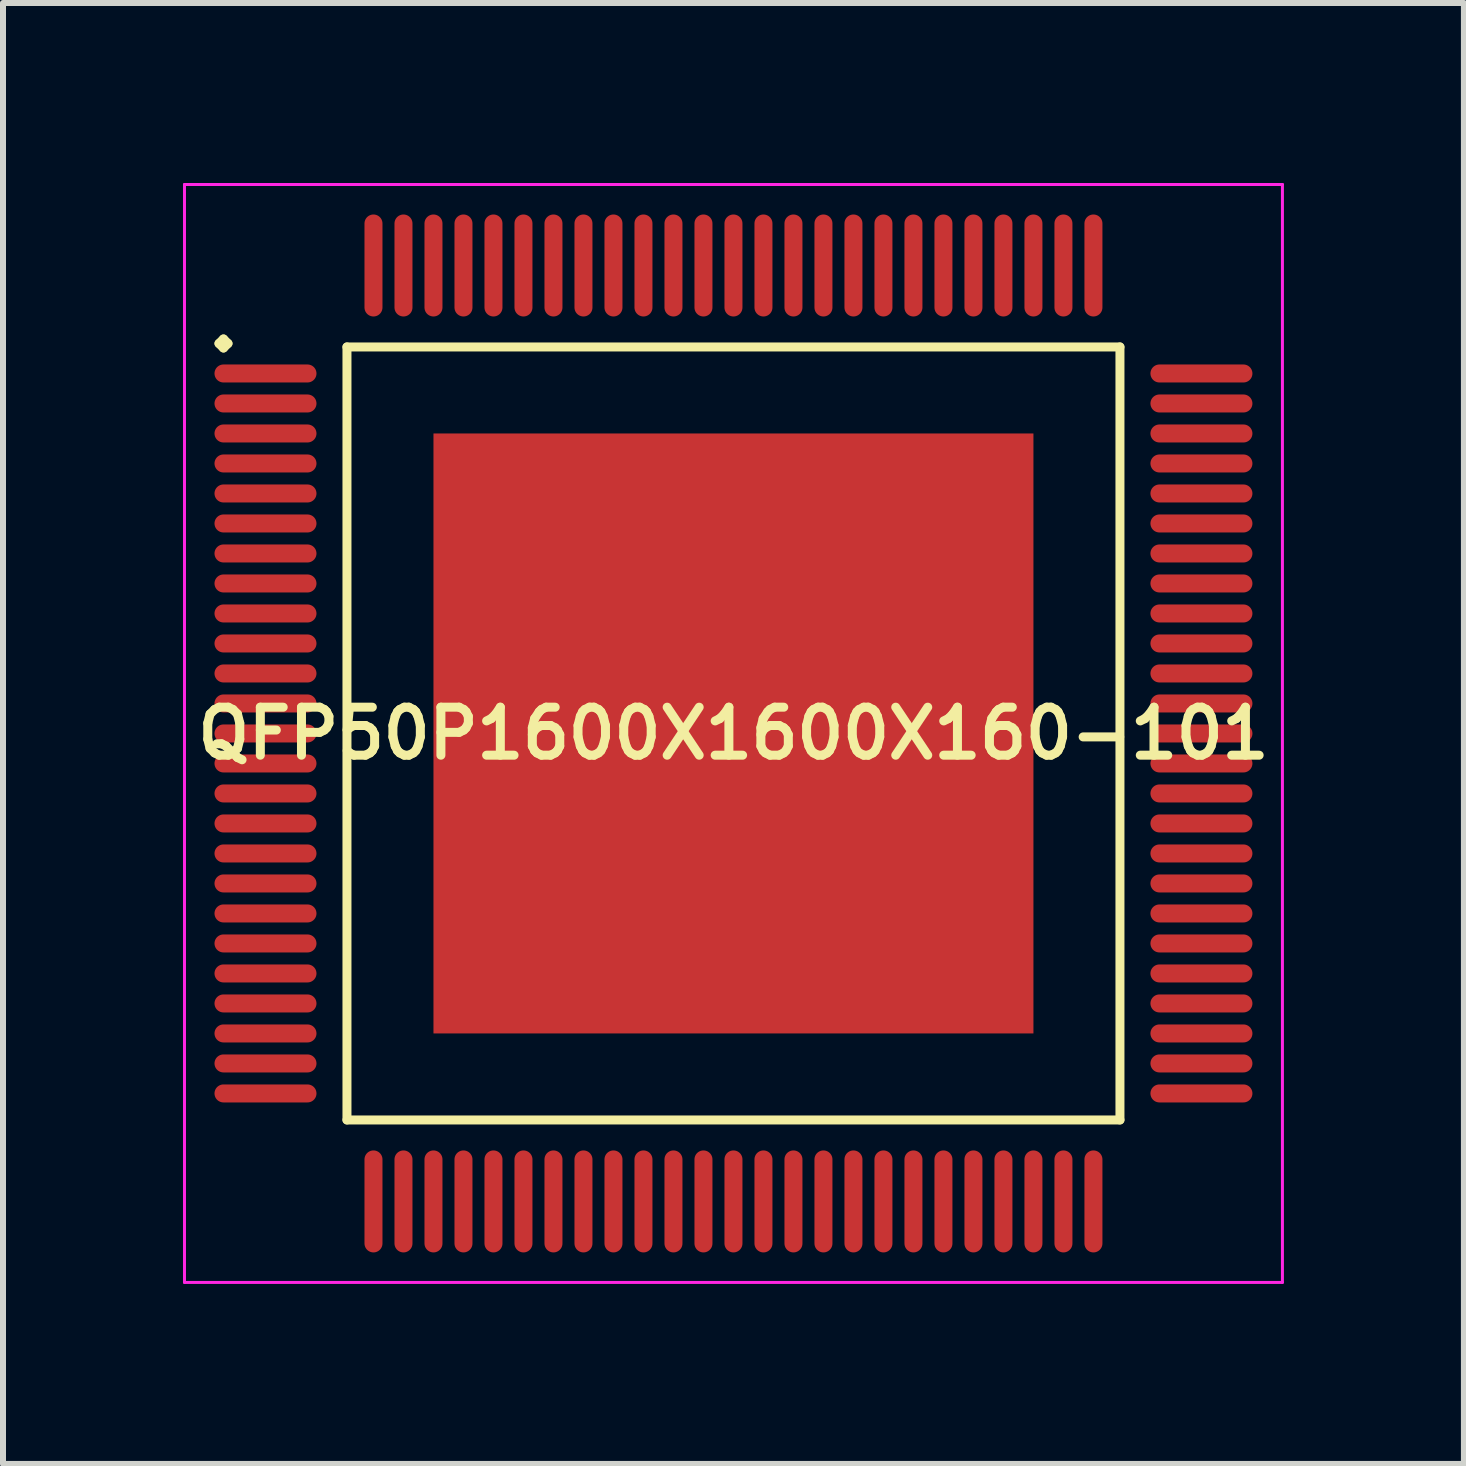
<source format=kicad_pcb>
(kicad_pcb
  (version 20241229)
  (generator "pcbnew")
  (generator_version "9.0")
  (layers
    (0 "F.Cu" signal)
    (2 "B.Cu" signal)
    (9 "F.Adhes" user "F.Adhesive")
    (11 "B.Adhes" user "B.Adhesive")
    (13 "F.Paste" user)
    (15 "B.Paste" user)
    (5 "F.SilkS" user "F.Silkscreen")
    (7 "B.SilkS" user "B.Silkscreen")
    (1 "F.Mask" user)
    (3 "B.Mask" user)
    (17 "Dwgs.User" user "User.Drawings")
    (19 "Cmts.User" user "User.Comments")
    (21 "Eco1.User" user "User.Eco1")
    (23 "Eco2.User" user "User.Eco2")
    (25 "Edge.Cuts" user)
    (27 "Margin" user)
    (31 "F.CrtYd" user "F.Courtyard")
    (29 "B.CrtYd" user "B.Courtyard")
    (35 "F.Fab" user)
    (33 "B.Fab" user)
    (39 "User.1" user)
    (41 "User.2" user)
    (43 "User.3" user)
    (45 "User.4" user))
  (footprint "QFP50P1600X1600X160-101"
    (layer "F.Cu")
    (at 9.175 9.175)
    (property "Reference" "QFP50P1600X1600X160-101" (at 0 0 0) (layer "F.SilkS") (effects (font (size 0.8 0.8) (thickness 0.15))))
    (attr smd)
    (fp_line (start -8.575 -6.5) (end -8.5 -6.575) (stroke (width 0.15) (type solid)) (layer "F.SilkS"))
    (fp_line (start -8.5 -6.575) (end -8.425 -6.5) (stroke (width 0.15) (type solid)) (layer "F.SilkS"))
    (fp_line (start -8.5 -6.425) (end -8.575 -6.5) (stroke (width 0.15) (type solid)) (layer "F.SilkS"))
    (fp_line (start -8.425 -6.5) (end -8.5 -6.425) (stroke (width 0.15) (type solid)) (layer "F.SilkS"))
    (fp_line (start -6.442 -6.442) (end -6.442 6.442) (stroke (width 0.15) (type solid)) (layer "F.SilkS"))
    (fp_line (start -6.442 6.442) (end 6.442 6.442) (stroke (width 0.15) (type solid)) (layer "F.SilkS"))
    (fp_line (start 6.442 -6.442) (end -6.442 -6.442) (stroke (width 0.15) (type solid)) (layer "F.SilkS"))
    (fp_line (start 6.442 6.442) (end 6.442 -6.442) (stroke (width 0.15) (type solid)) (layer "F.SilkS"))
    (fp_line (start -9.15 -9.15) (end 9.15 -9.15) (stroke (width 0.05) (type solid)) (layer "F.CrtYd"))
    (fp_line (start -9.15 9.15) (end -9.15 -9.15) (stroke (width 0.05) (type solid)) (layer "F.CrtYd"))
    (fp_line (start 9.15 -9.15) (end 9.15 9.15) (stroke (width 0.05) (type solid)) (layer "F.CrtYd"))
    (fp_line (start 9.15 9.15) (end -9.15 9.15) (stroke (width 0.05) (type solid)) (layer "F.CrtYd"))
    (pad "1" smd oval (at -7.8 -6) (size 1.7 0.3) (layers "F.Cu" "F.Mask" "F.Paste"))
    (pad "2" smd oval (at -7.8 -5.5) (size 1.7 0.3) (layers "F.Cu" "F.Mask" "F.Paste"))
    (pad "3" smd oval (at -7.8 -5) (size 1.7 0.3) (layers "F.Cu" "F.Mask" "F.Paste"))
    (pad "4" smd oval (at -7.8 -4.5) (size 1.7 0.3) (layers "F.Cu" "F.Mask" "F.Paste"))
    (pad "5" smd oval (at -7.8 -4) (size 1.7 0.3) (layers "F.Cu" "F.Mask" "F.Paste"))
    (pad "6" smd oval (at -7.8 -3.5) (size 1.7 0.3) (layers "F.Cu" "F.Mask" "F.Paste"))
    (pad "7" smd oval (at -7.8 -3) (size 1.7 0.3) (layers "F.Cu" "F.Mask" "F.Paste"))
    (pad "8" smd oval (at -7.8 -2.5) (size 1.7 0.3) (layers "F.Cu" "F.Mask" "F.Paste"))
    (pad "9" smd oval (at -7.8 -2) (size 1.7 0.3) (layers "F.Cu" "F.Mask" "F.Paste"))
    (pad "10" smd oval (at -7.8 -1.5) (size 1.7 0.3) (layers "F.Cu" "F.Mask" "F.Paste"))
    (pad "11" smd oval (at -7.8 -1) (size 1.7 0.3) (layers "F.Cu" "F.Mask" "F.Paste"))
    (pad "12" smd oval (at -7.8 -0.5) (size 1.7 0.3) (layers "F.Cu" "F.Mask" "F.Paste"))
    (pad "13" smd oval (at -7.8 0) (size 1.7 0.3) (layers "F.Cu" "F.Mask" "F.Paste"))
    (pad "14" smd oval (at -7.8 0.5) (size 1.7 0.3) (layers "F.Cu" "F.Mask" "F.Paste"))
    (pad "15" smd oval (at -7.8 1) (size 1.7 0.3) (layers "F.Cu" "F.Mask" "F.Paste"))
    (pad "16" smd oval (at -7.8 1.5) (size 1.7 0.3) (layers "F.Cu" "F.Mask" "F.Paste"))
    (pad "17" smd oval (at -7.8 2) (size 1.7 0.3) (layers "F.Cu" "F.Mask" "F.Paste"))
    (pad "18" smd oval (at -7.8 2.5) (size 1.7 0.3) (layers "F.Cu" "F.Mask" "F.Paste"))
    (pad "19" smd oval (at -7.8 3) (size 1.7 0.3) (layers "F.Cu" "F.Mask" "F.Paste"))
    (pad "20" smd oval (at -7.8 3.5) (size 1.7 0.3) (layers "F.Cu" "F.Mask" "F.Paste"))
    (pad "21" smd oval (at -7.8 4) (size 1.7 0.3) (layers "F.Cu" "F.Mask" "F.Paste"))
    (pad "22" smd oval (at -7.8 4.5) (size 1.7 0.3) (layers "F.Cu" "F.Mask" "F.Paste"))
    (pad "23" smd oval (at -7.8 5) (size 1.7 0.3) (layers "F.Cu" "F.Mask" "F.Paste"))
    (pad "24" smd oval (at -7.8 5.5) (size 1.7 0.3) (layers "F.Cu" "F.Mask" "F.Paste"))
    (pad "25" smd oval (at -7.8 6) (size 1.7 0.3) (layers "F.Cu" "F.Mask" "F.Paste"))
    (pad "26" smd oval (at -6 7.8) (size 0.3 1.7) (layers "F.Cu" "F.Mask" "F.Paste"))
    (pad "27" smd oval (at -5.5 7.8) (size 0.3 1.7) (layers "F.Cu" "F.Mask" "F.Paste"))
    (pad "28" smd oval (at -5 7.8) (size 0.3 1.7) (layers "F.Cu" "F.Mask" "F.Paste"))
    (pad "29" smd oval (at -4.5 7.8) (size 0.3 1.7) (layers "F.Cu" "F.Mask" "F.Paste"))
    (pad "30" smd oval (at -4 7.8) (size 0.3 1.7) (layers "F.Cu" "F.Mask" "F.Paste"))
    (pad "31" smd oval (at -3.5 7.8) (size 0.3 1.7) (layers "F.Cu" "F.Mask" "F.Paste"))
    (pad "32" smd oval (at -3 7.8) (size 0.3 1.7) (layers "F.Cu" "F.Mask" "F.Paste"))
    (pad "33" smd oval (at -2.5 7.8) (size 0.3 1.7) (layers "F.Cu" "F.Mask" "F.Paste"))
    (pad "34" smd oval (at -2 7.8) (size 0.3 1.7) (layers "F.Cu" "F.Mask" "F.Paste"))
    (pad "35" smd oval (at -1.5 7.8) (size 0.3 1.7) (layers "F.Cu" "F.Mask" "F.Paste"))
    (pad "36" smd oval (at -1 7.8) (size 0.3 1.7) (layers "F.Cu" "F.Mask" "F.Paste"))
    (pad "37" smd oval (at -0.5 7.8) (size 0.3 1.7) (layers "F.Cu" "F.Mask" "F.Paste"))
    (pad "38" smd oval (at 0 7.8) (size 0.3 1.7) (layers "F.Cu" "F.Mask" "F.Paste"))
    (pad "39" smd oval (at 0.5 7.8) (size 0.3 1.7) (layers "F.Cu" "F.Mask" "F.Paste"))
    (pad "40" smd oval (at 1 7.8) (size 0.3 1.7) (layers "F.Cu" "F.Mask" "F.Paste"))
    (pad "41" smd oval (at 1.5 7.8) (size 0.3 1.7) (layers "F.Cu" "F.Mask" "F.Paste"))
    (pad "42" smd oval (at 2 7.8) (size 0.3 1.7) (layers "F.Cu" "F.Mask" "F.Paste"))
    (pad "43" smd oval (at 2.5 7.8) (size 0.3 1.7) (layers "F.Cu" "F.Mask" "F.Paste"))
    (pad "44" smd oval (at 3 7.8) (size 0.3 1.7) (layers "F.Cu" "F.Mask" "F.Paste"))
    (pad "45" smd oval (at 3.5 7.8) (size 0.3 1.7) (layers "F.Cu" "F.Mask" "F.Paste"))
    (pad "46" smd oval (at 4 7.8) (size 0.3 1.7) (layers "F.Cu" "F.Mask" "F.Paste"))
    (pad "47" smd oval (at 4.5 7.8) (size 0.3 1.7) (layers "F.Cu" "F.Mask" "F.Paste"))
    (pad "48" smd oval (at 5 7.8) (size 0.3 1.7) (layers "F.Cu" "F.Mask" "F.Paste"))
    (pad "49" smd oval (at 5.5 7.8) (size 0.3 1.7) (layers "F.Cu" "F.Mask" "F.Paste"))
    (pad "50" smd oval (at 6 7.8) (size 0.3 1.7) (layers "F.Cu" "F.Mask" "F.Paste"))
    (pad "51" smd oval (at 7.8 6) (size 1.7 0.3) (layers "F.Cu" "F.Mask" "F.Paste"))
    (pad "52" smd oval (at 7.8 5.5) (size 1.7 0.3) (layers "F.Cu" "F.Mask" "F.Paste"))
    (pad "53" smd oval (at 7.8 5) (size 1.7 0.3) (layers "F.Cu" "F.Mask" "F.Paste"))
    (pad "54" smd oval (at 7.8 4.5) (size 1.7 0.3) (layers "F.Cu" "F.Mask" "F.Paste"))
    (pad "55" smd oval (at 7.8 4) (size 1.7 0.3) (layers "F.Cu" "F.Mask" "F.Paste"))
    (pad "56" smd oval (at 7.8 3.5) (size 1.7 0.3) (layers "F.Cu" "F.Mask" "F.Paste"))
    (pad "57" smd oval (at 7.8 3) (size 1.7 0.3) (layers "F.Cu" "F.Mask" "F.Paste"))
    (pad "58" smd oval (at 7.8 2.5) (size 1.7 0.3) (layers "F.Cu" "F.Mask" "F.Paste"))
    (pad "59" smd oval (at 7.8 2) (size 1.7 0.3) (layers "F.Cu" "F.Mask" "F.Paste"))
    (pad "60" smd oval (at 7.8 1.5) (size 1.7 0.3) (layers "F.Cu" "F.Mask" "F.Paste"))
    (pad "61" smd oval (at 7.8 1) (size 1.7 0.3) (layers "F.Cu" "F.Mask" "F.Paste"))
    (pad "62" smd oval (at 7.8 0.5) (size 1.7 0.3) (layers "F.Cu" "F.Mask" "F.Paste"))
    (pad "63" smd oval (at 7.8 0) (size 1.7 0.3) (layers "F.Cu" "F.Mask" "F.Paste"))
    (pad "64" smd oval (at 7.8 -0.5) (size 1.7 0.3) (layers "F.Cu" "F.Mask" "F.Paste"))
    (pad "65" smd oval (at 7.8 -1) (size 1.7 0.3) (layers "F.Cu" "F.Mask" "F.Paste"))
    (pad "66" smd oval (at 7.8 -1.5) (size 1.7 0.3) (layers "F.Cu" "F.Mask" "F.Paste"))
    (pad "67" smd oval (at 7.8 -2) (size 1.7 0.3) (layers "F.Cu" "F.Mask" "F.Paste"))
    (pad "68" smd oval (at 7.8 -2.5) (size 1.7 0.3) (layers "F.Cu" "F.Mask" "F.Paste"))
    (pad "69" smd oval (at 7.8 -3) (size 1.7 0.3) (layers "F.Cu" "F.Mask" "F.Paste"))
    (pad "70" smd oval (at 7.8 -3.5) (size 1.7 0.3) (layers "F.Cu" "F.Mask" "F.Paste"))
    (pad "71" smd oval (at 7.8 -4) (size 1.7 0.3) (layers "F.Cu" "F.Mask" "F.Paste"))
    (pad "72" smd oval (at 7.8 -4.5) (size 1.7 0.3) (layers "F.Cu" "F.Mask" "F.Paste"))
    (pad "73" smd oval (at 7.8 -5) (size 1.7 0.3) (layers "F.Cu" "F.Mask" "F.Paste"))
    (pad "74" smd oval (at 7.8 -5.5) (size 1.7 0.3) (layers "F.Cu" "F.Mask" "F.Paste"))
    (pad "75" smd oval (at 7.8 -6) (size 1.7 0.3) (layers "F.Cu" "F.Mask" "F.Paste"))
    (pad "76" smd oval (at 6 -7.8) (size 0.3 1.7) (layers "F.Cu" "F.Mask" "F.Paste"))
    (pad "77" smd oval (at 5.5 -7.8) (size 0.3 1.7) (layers "F.Cu" "F.Mask" "F.Paste"))
    (pad "78" smd oval (at 5 -7.8) (size 0.3 1.7) (layers "F.Cu" "F.Mask" "F.Paste"))
    (pad "79" smd oval (at 4.5 -7.8) (size 0.3 1.7) (layers "F.Cu" "F.Mask" "F.Paste"))
    (pad "80" smd oval (at 4 -7.8) (size 0.3 1.7) (layers "F.Cu" "F.Mask" "F.Paste"))
    (pad "81" smd oval (at 3.5 -7.8) (size 0.3 1.7) (layers "F.Cu" "F.Mask" "F.Paste"))
    (pad "82" smd oval (at 3 -7.8) (size 0.3 1.7) (layers "F.Cu" "F.Mask" "F.Paste"))
    (pad "83" smd oval (at 2.5 -7.8) (size 0.3 1.7) (layers "F.Cu" "F.Mask" "F.Paste"))
    (pad "84" smd oval (at 2 -7.8) (size 0.3 1.7) (layers "F.Cu" "F.Mask" "F.Paste"))
    (pad "85" smd oval (at 1.5 -7.8) (size 0.3 1.7) (layers "F.Cu" "F.Mask" "F.Paste"))
    (pad "86" smd oval (at 1 -7.8) (size 0.3 1.7) (layers "F.Cu" "F.Mask" "F.Paste"))
    (pad "87" smd oval (at 0.5 -7.8) (size 0.3 1.7) (layers "F.Cu" "F.Mask" "F.Paste"))
    (pad "88" smd oval (at 0 -7.8) (size 0.3 1.7) (layers "F.Cu" "F.Mask" "F.Paste"))
    (pad "89" smd oval (at -0.5 -7.8) (size 0.3 1.7) (layers "F.Cu" "F.Mask" "F.Paste"))
    (pad "90" smd oval (at -1 -7.8) (size 0.3 1.7) (layers "F.Cu" "F.Mask" "F.Paste"))
    (pad "91" smd oval (at -1.5 -7.8) (size 0.3 1.7) (layers "F.Cu" "F.Mask" "F.Paste"))
    (pad "92" smd oval (at -2 -7.8) (size 0.3 1.7) (layers "F.Cu" "F.Mask" "F.Paste"))
    (pad "93" smd oval (at -2.5 -7.8) (size 0.3 1.7) (layers "F.Cu" "F.Mask" "F.Paste"))
    (pad "94" smd oval (at -3 -7.8) (size 0.3 1.7) (layers "F.Cu" "F.Mask" "F.Paste"))
    (pad "95" smd oval (at -3.5 -7.8) (size 0.3 1.7) (layers "F.Cu" "F.Mask" "F.Paste"))
    (pad "96" smd oval (at -4 -7.8) (size 0.3 1.7) (layers "F.Cu" "F.Mask" "F.Paste"))
    (pad "97" smd oval (at -4.5 -7.8) (size 0.3 1.7) (layers "F.Cu" "F.Mask" "F.Paste"))
    (pad "98" smd oval (at -5 -7.8) (size 0.3 1.7) (layers "F.Cu" "F.Mask" "F.Paste"))
    (pad "99" smd oval (at -5.5 -7.8) (size 0.3 1.7) (layers "F.Cu" "F.Mask" "F.Paste"))
    (pad "100" smd oval (at -6 -7.8) (size 0.3 1.7) (layers "F.Cu" "F.Mask" "F.Paste"))
    (pad "101" smd rect (at 0 0) (size 10 10) (layers "F.Cu" "F.Mask" "F.Paste")))
  (gr_rect
    (start -3 -3)
    (end 21.35 21.35)
    (stroke (width 0.1) (type default))
    (fill no)
    (layer "Edge.Cuts")))
</source>
